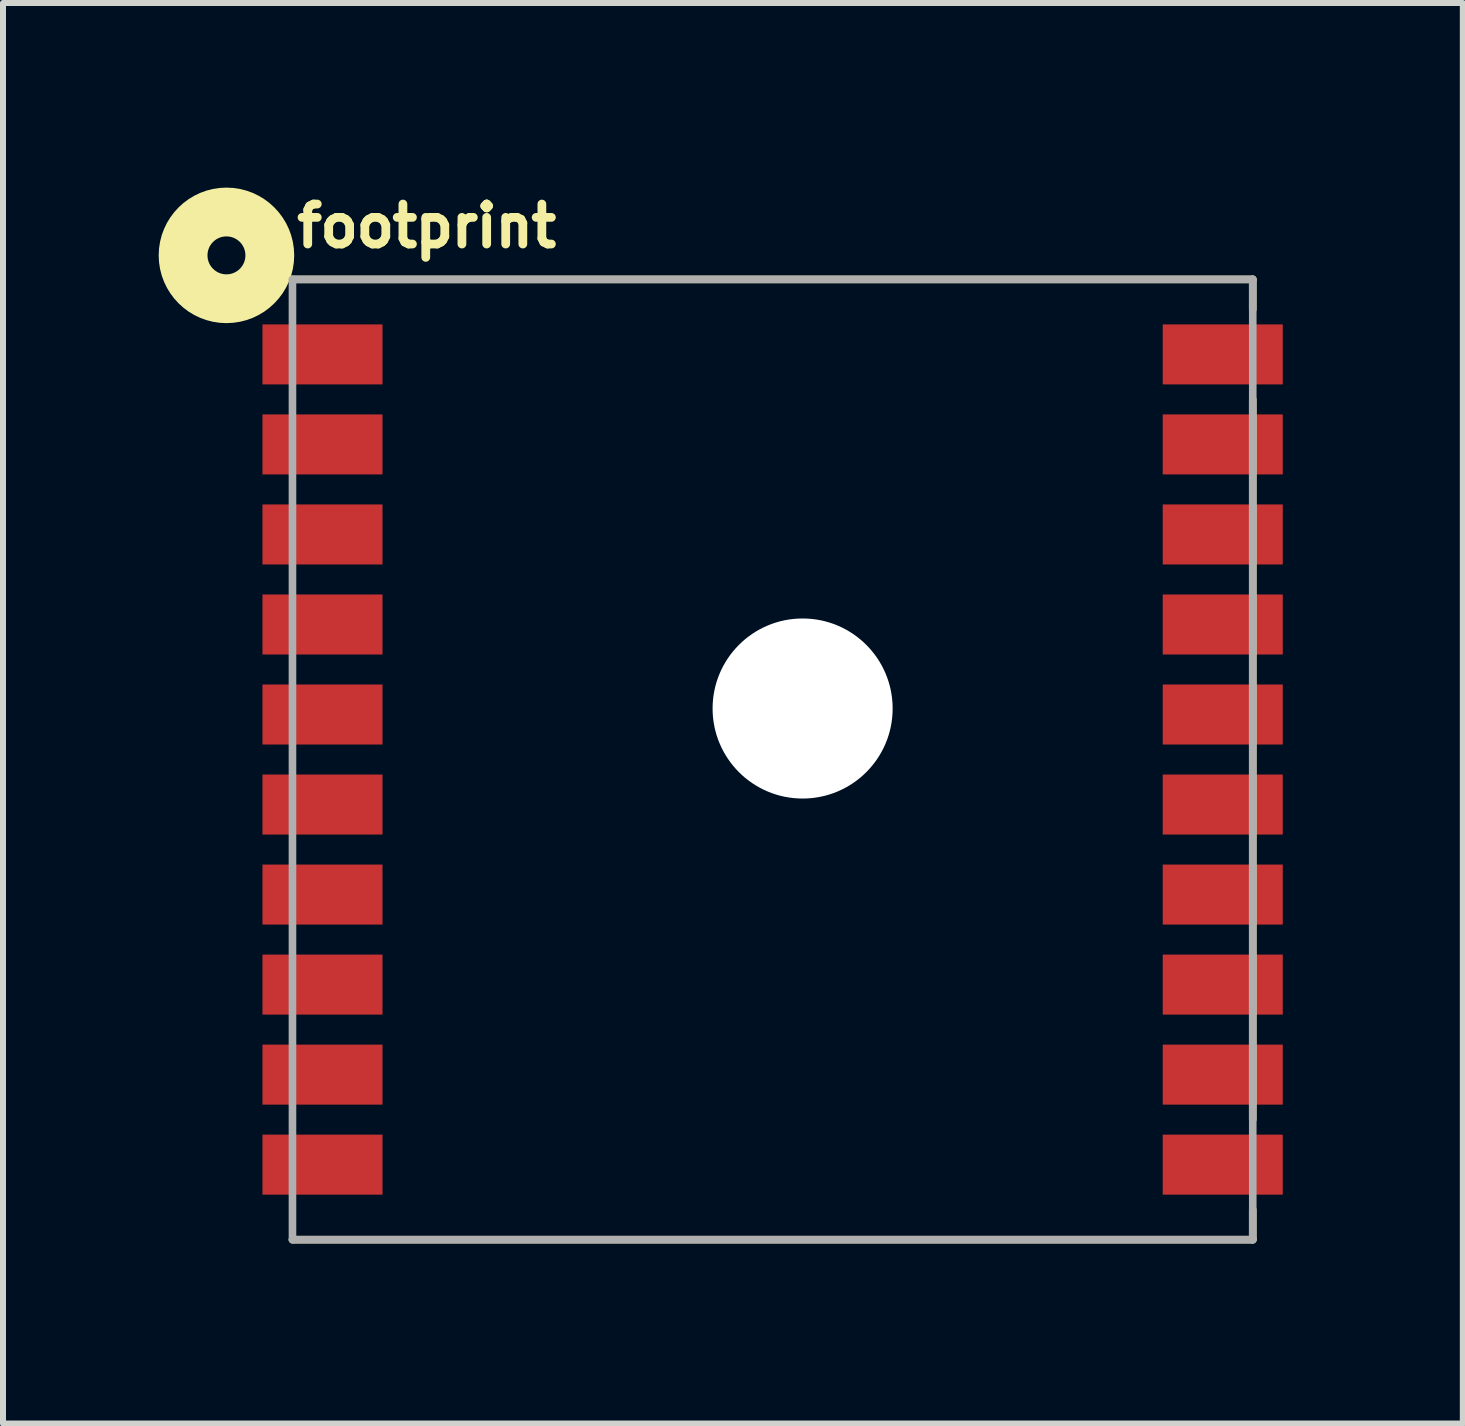
<source format=kicad_pcb>
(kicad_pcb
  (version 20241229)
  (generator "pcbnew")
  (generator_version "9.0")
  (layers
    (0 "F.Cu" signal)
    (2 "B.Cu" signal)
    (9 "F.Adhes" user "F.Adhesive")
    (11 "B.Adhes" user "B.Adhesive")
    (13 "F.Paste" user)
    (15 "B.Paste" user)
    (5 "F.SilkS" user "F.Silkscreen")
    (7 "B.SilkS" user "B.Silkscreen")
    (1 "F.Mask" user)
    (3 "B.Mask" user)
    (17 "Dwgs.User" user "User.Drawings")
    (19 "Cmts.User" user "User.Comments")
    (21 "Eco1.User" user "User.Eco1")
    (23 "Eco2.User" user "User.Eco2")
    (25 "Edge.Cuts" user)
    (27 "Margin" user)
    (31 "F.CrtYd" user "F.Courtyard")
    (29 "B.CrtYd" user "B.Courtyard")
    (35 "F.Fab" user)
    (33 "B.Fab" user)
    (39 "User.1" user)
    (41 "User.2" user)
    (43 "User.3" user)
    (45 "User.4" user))
  (footprint "footprint"
    (layer "F.Cu")
    (at 9.823 9.605)
    (property "Reference" "footprint" (at -8 -8.5 0) (layer "F.SilkS") (effects (font (size 0.666 0.666) (thickness 0.146)) (justify left bottom)))
    (fp_line (start -8 -8) (end 8 -8) (stroke (width 0.127) (type solid)) (layer "F.SilkS"))
    (fp_line (start 8 -8) (end 8 -7.5) (stroke (width 0.127) (type solid)) (layer "F.SilkS"))
    (fp_line (start 8 -6) (end 8 6) (stroke (width 0.127) (type solid)) (layer "F.SilkS"))
    (fp_line (start 8 7.5) (end 8 8) (stroke (width 0.127) (type solid)) (layer "F.SilkS"))
    (fp_line (start 8 8) (end -8 8) (stroke (width 0.127) (type solid)) (layer "F.SilkS"))
    (fp_circle (center -9.1 -8.4) (end -8.784 -8.4) (stroke (width 0.813) (type solid)) (fill no) (layer "F.SilkS"))
    (fp_line (start -8 -8) (end 8 -8) (stroke (width 0.127) (type solid)) (layer "F.Fab"))
    (fp_line (start -8 8) (end -8 -8) (stroke (width 0.127) (type solid)) (layer "F.Fab"))
    (fp_line (start 8 -8) (end 8 8) (stroke (width 0.127) (type solid)) (layer "F.Fab"))
    (fp_line (start 8 8) (end -8 8) (stroke (width 0.127) (type solid)) (layer "F.Fab"))
    (fp_circle (center 0.5 -0.85) (end 1 -0.85) (stroke (width 0.813) (type solid)) (fill no) (layer "F.Fab"))
    (pad "" np_thru_hole circle (at 0.5 -0.85) (size 3 3) (drill 3) (layers "*.Cu" "*.Mask"))
    (pad "P$1" smd rect (at -7.5 -6.75) (size 2 1) (layers "F.Cu" "F.Mask" "F.Paste"))
    (pad "P$2" smd rect (at -7.5 -5.25) (size 2 1) (layers "F.Cu" "F.Mask" "F.Paste"))
    (pad "P$3" smd rect (at -7.5 -3.75) (size 2 1) (layers "F.Cu" "F.Mask" "F.Paste"))
    (pad "P$4" smd rect (at -7.5 -2.25) (size 2 1) (layers "F.Cu" "F.Mask" "F.Paste"))
    (pad "P$5" smd rect (at -7.5 -0.75) (size 2 1) (layers "F.Cu" "F.Mask" "F.Paste"))
    (pad "P$6" smd rect (at -7.5 0.75) (size 2 1) (layers "F.Cu" "F.Mask" "F.Paste"))
    (pad "P$7" smd rect (at -7.5 2.25) (size 2 1) (layers "F.Cu" "F.Mask" "F.Paste"))
    (pad "P$8" smd rect (at -7.5 3.75) (size 2 1) (layers "F.Cu" "F.Mask" "F.Paste"))
    (pad "P$9" smd rect (at -7.5 5.25) (size 2 1) (layers "F.Cu" "F.Mask" "F.Paste"))
    (pad "P$10" smd rect (at -7.5 6.75) (size 2 1) (layers "F.Cu" "F.Mask" "F.Paste"))
    (pad "P$11" smd rect (at 7.5 6.75 180) (size 2 1) (layers "F.Cu" "F.Mask" "F.Paste"))
    (pad "P$12" smd rect (at 7.5 5.25 180) (size 2 1) (layers "F.Cu" "F.Mask" "F.Paste"))
    (pad "P$13" smd rect (at 7.5 3.75 180) (size 2 1) (layers "F.Cu" "F.Mask" "F.Paste"))
    (pad "P$14" smd rect (at 7.5 2.25 180) (size 2 1) (layers "F.Cu" "F.Mask" "F.Paste"))
    (pad "P$15" smd rect (at 7.5 0.75 180) (size 2 1) (layers "F.Cu" "F.Mask" "F.Paste"))
    (pad "P$16" smd rect (at 7.5 -0.75 180) (size 2 1) (layers "F.Cu" "F.Mask" "F.Paste"))
    (pad "P$17" smd rect (at 7.5 -2.25 180) (size 2 1) (layers "F.Cu" "F.Mask" "F.Paste"))
    (pad "P$18" smd rect (at 7.5 -3.75 180) (size 2 1) (layers "F.Cu" "F.Mask" "F.Paste"))
    (pad "P$19" smd rect (at 7.5 -5.25 180) (size 2 1) (layers "F.Cu" "F.Mask" "F.Paste"))
    (pad "P$20" smd rect (at 7.5 -6.75 180) (size 2 1) (layers "F.Cu" "F.Mask" "F.Paste")))
  (gr_rect
    (start -3 -3)
    (end 21.323 20.669)
    (stroke (width 0.1) (type default))
    (fill no)
    (layer "Edge.Cuts")))
</source>
